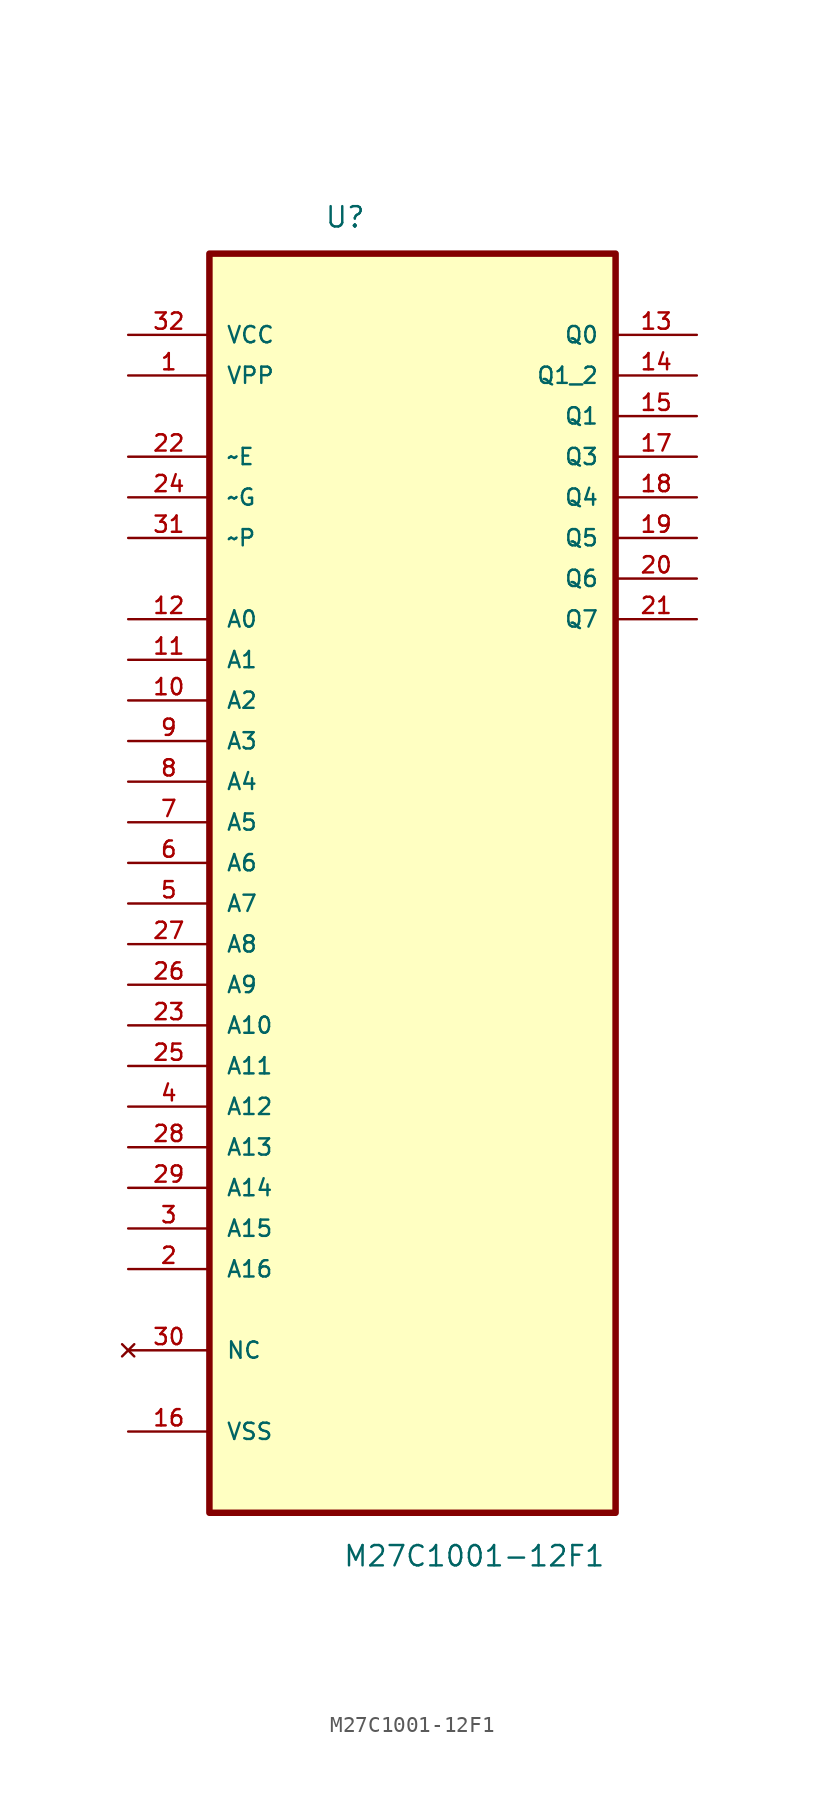
<source format=kicad_sym>
(kicad_symbol_lib
  (version 20211014)
  (generator kicad_symbol_editor)
  (symbol "M27C1001-12F1"
    (pin_names
      (offset 1.016))
    (property "Reference" "U"
      (at -5.521 37.096 0.0)
      (effects (font (size 1.27 1.27)) (justify bottom left)))
    (property "Value" "M27C1001-12F1"
      (at -4.373 -46.63 0.0)
      (effects (font (size 1.27 1.27)) (justify bottom left)))
    (symbol "M27C1001-12F1_0_0"
      (rectangle (start -12.7 -43.18) (end 12.7 35.56) (stroke (width 0.406)) (fill (type background)))
      (pin power_in line (at -17.78 30.48 0) (length 5.08) (name "VCC" (effects (font (size 1.016 1.016)))) (number "32" (effects (font (size 1.016 1.016)))))
      (pin power_in line (at -17.78 27.94 0) (length 5.08) (name "VPP" (effects (font (size 1.016 1.016)))) (number "1" (effects (font (size 1.016 1.016)))))
      (pin input line (at -17.78 22.86 0) (length 5.08) (name "~E" (effects (font (size 1.016 1.016)))) (number "22" (effects (font (size 1.016 1.016)))))
      (pin input line (at -17.78 20.32 0) (length 5.08) (name "~G" (effects (font (size 1.016 1.016)))) (number "24" (effects (font (size 1.016 1.016)))))
      (pin input line (at -17.78 17.78 0) (length 5.08) (name "~P" (effects (font (size 1.016 1.016)))) (number "31" (effects (font (size 1.016 1.016)))))
      (pin input line (at -17.78 12.7 0) (length 5.08) (name "A0" (effects (font (size 1.016 1.016)))) (number "12" (effects (font (size 1.016 1.016)))))
      (pin input line (at -17.78 10.16 0) (length 5.08) (name "A1" (effects (font (size 1.016 1.016)))) (number "11" (effects (font (size 1.016 1.016)))))
      (pin input line (at -17.78 7.62 0) (length 5.08) (name "A2" (effects (font (size 1.016 1.016)))) (number "10" (effects (font (size 1.016 1.016)))))
      (pin input line (at -17.78 5.08 0) (length 5.08) (name "A3" (effects (font (size 1.016 1.016)))) (number "9" (effects (font (size 1.016 1.016)))))
      (pin input line (at -17.78 2.54 0) (length 5.08) (name "A4" (effects (font (size 1.016 1.016)))) (number "8" (effects (font (size 1.016 1.016)))))
      (pin input line (at -17.78 0.0 0) (length 5.08) (name "A5" (effects (font (size 1.016 1.016)))) (number "7" (effects (font (size 1.016 1.016)))))
      (pin input line (at -17.78 -2.54 0) (length 5.08) (name "A6" (effects (font (size 1.016 1.016)))) (number "6" (effects (font (size 1.016 1.016)))))
      (pin input line (at -17.78 -5.08 0) (length 5.08) (name "A7" (effects (font (size 1.016 1.016)))) (number "5" (effects (font (size 1.016 1.016)))))
      (pin input line (at -17.78 -7.62 0) (length 5.08) (name "A8" (effects (font (size 1.016 1.016)))) (number "27" (effects (font (size 1.016 1.016)))))
      (pin input line (at -17.78 -10.16 0) (length 5.08) (name "A9" (effects (font (size 1.016 1.016)))) (number "26" (effects (font (size 1.016 1.016)))))
      (pin input line (at -17.78 -12.7 0) (length 5.08) (name "A10" (effects (font (size 1.016 1.016)))) (number "23" (effects (font (size 1.016 1.016)))))
      (pin input line (at -17.78 -15.24 0) (length 5.08) (name "A11" (effects (font (size 1.016 1.016)))) (number "25" (effects (font (size 1.016 1.016)))))
      (pin input line (at -17.78 -17.78 0) (length 5.08) (name "A12" (effects (font (size 1.016 1.016)))) (number "4" (effects (font (size 1.016 1.016)))))
      (pin input line (at -17.78 -20.32 0) (length 5.08) (name "A13" (effects (font (size 1.016 1.016)))) (number "28" (effects (font (size 1.016 1.016)))))
      (pin input line (at -17.78 -22.86 0) (length 5.08) (name "A14" (effects (font (size 1.016 1.016)))) (number "29" (effects (font (size 1.016 1.016)))))
      (pin input line (at -17.78 -25.4 0) (length 5.08) (name "A15" (effects (font (size 1.016 1.016)))) (number "3" (effects (font (size 1.016 1.016)))))
      (pin input line (at -17.78 -27.94 0) (length 5.08) (name "A16" (effects (font (size 1.016 1.016)))) (number "2" (effects (font (size 1.016 1.016)))))
      (pin no_connect line (at -17.78 -33.02 0) (length 5.08) (name "NC" (effects (font (size 1.016 1.016)))) (number "30" (effects (font (size 1.016 1.016)))))
      (pin power_in line (at -17.78 -38.1 0) (length 5.08) (name "VSS" (effects (font (size 1.016 1.016)))) (number "16" (effects (font (size 1.016 1.016)))))
      (pin output line (at 17.78 30.48 180.0) (length 5.08) (name "Q0" (effects (font (size 1.016 1.016)))) (number "13" (effects (font (size 1.016 1.016)))))
      (pin output line (at 17.78 27.94 180.0) (length 5.08) (name "Q1_2" (effects (font (size 1.016 1.016)))) (number "14" (effects (font (size 1.016 1.016)))))
      (pin output line (at 17.78 25.4 180.0) (length 5.08) (name "Q1" (effects (font (size 1.016 1.016)))) (number "15" (effects (font (size 1.016 1.016)))))
      (pin output line (at 17.78 22.86 180.0) (length 5.08) (name "Q3" (effects (font (size 1.016 1.016)))) (number "17" (effects (font (size 1.016 1.016)))))
      (pin output line (at 17.78 20.32 180.0) (length 5.08) (name "Q4" (effects (font (size 1.016 1.016)))) (number "18" (effects (font (size 1.016 1.016)))))
      (pin output line (at 17.78 17.78 180.0) (length 5.08) (name "Q5" (effects (font (size 1.016 1.016)))) (number "19" (effects (font (size 1.016 1.016)))))
      (pin output line (at 17.78 15.24 180.0) (length 5.08) (name "Q6" (effects (font (size 1.016 1.016)))) (number "20" (effects (font (size 1.016 1.016)))))
      (pin output line (at 17.78 12.7 180.0) (length 5.08) (name "Q7" (effects (font (size 1.016 1.016)))) (number "21" (effects (font (size 1.016 1.016))))))))
</source>
